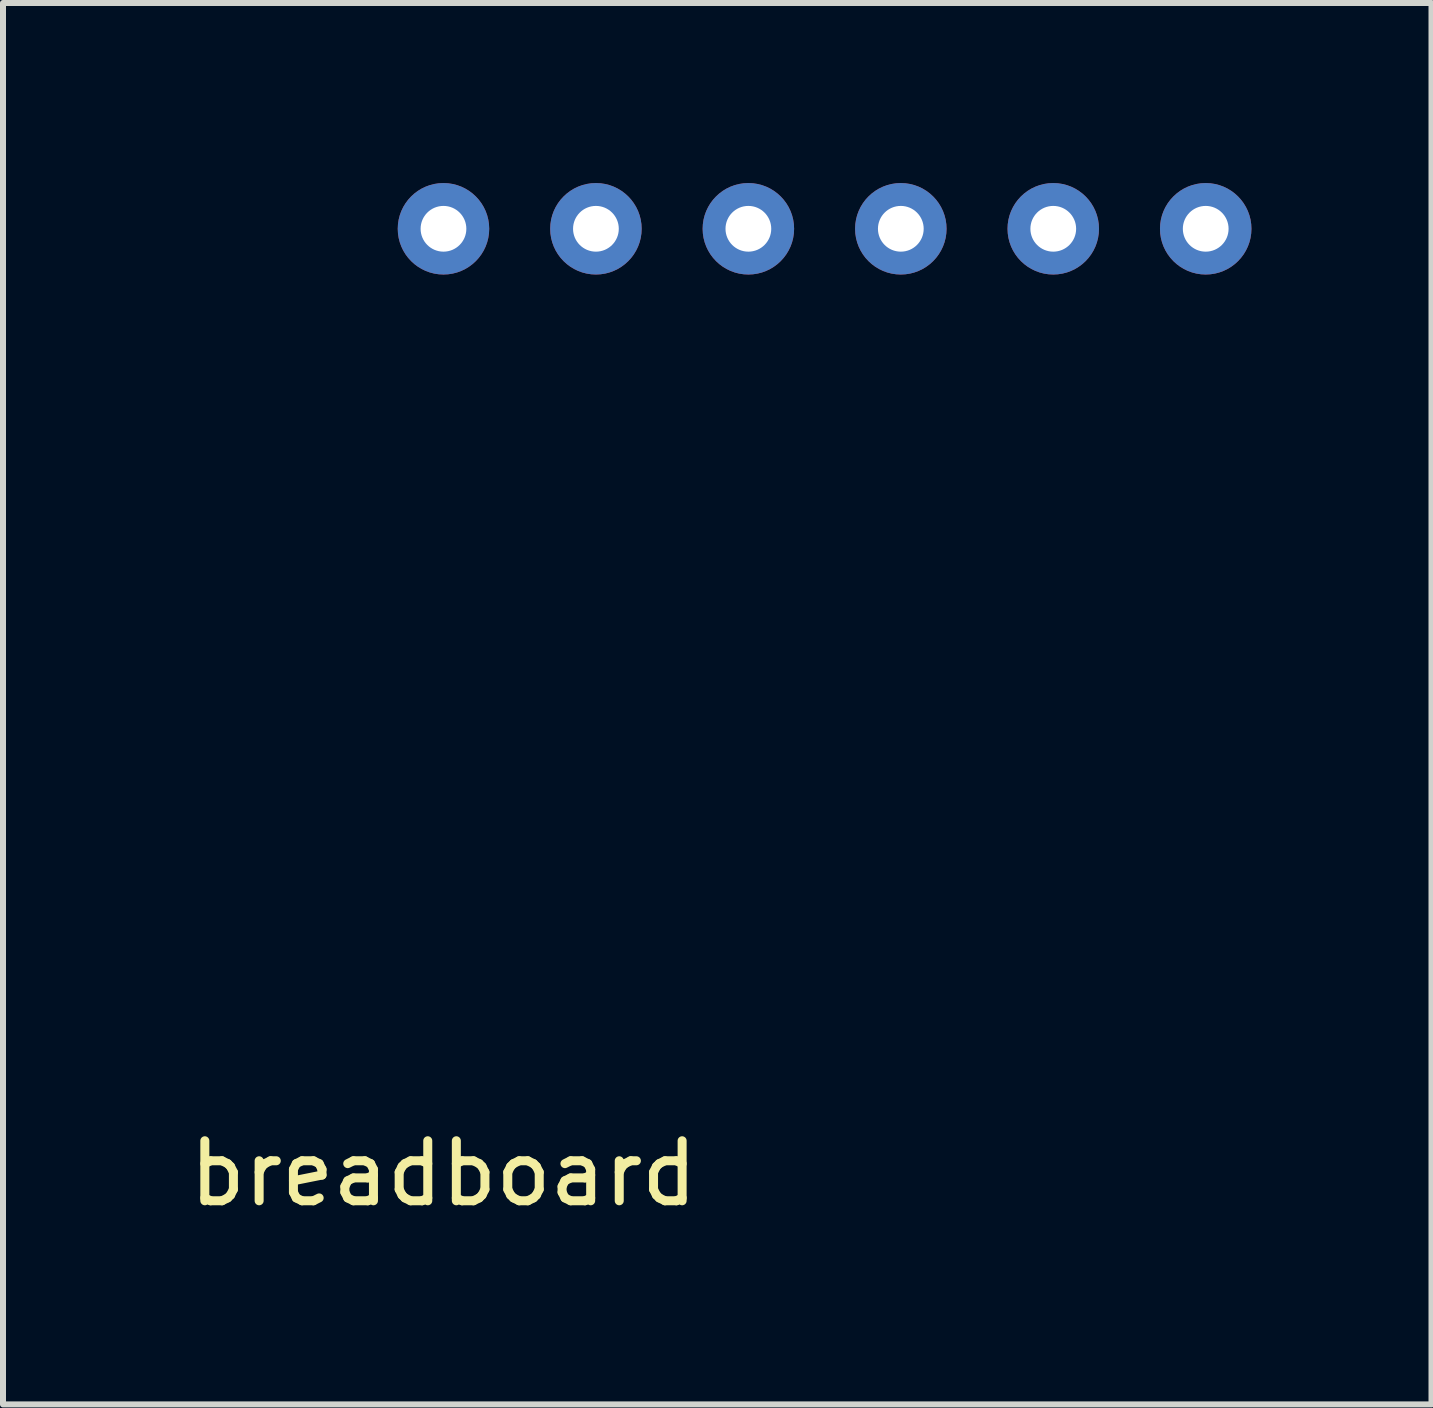
<source format=kicad_pcb>
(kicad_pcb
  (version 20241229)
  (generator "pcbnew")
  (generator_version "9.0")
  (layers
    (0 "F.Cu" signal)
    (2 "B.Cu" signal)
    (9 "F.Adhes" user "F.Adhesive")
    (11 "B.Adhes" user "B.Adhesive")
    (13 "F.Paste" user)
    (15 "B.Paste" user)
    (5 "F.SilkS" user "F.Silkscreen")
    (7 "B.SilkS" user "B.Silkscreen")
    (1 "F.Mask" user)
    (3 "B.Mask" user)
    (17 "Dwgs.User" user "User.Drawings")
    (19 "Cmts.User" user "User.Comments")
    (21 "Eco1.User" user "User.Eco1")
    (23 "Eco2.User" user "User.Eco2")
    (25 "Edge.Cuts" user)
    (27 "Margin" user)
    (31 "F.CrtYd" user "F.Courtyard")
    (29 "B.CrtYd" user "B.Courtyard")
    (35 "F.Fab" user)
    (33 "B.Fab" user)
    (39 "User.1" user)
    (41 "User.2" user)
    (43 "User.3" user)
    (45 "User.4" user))
  (footprint "breadboard"
    (layer "F.Cu")
    (at 4.339 16.002)
    (property "Reference" "breadboard" (at 0 0.5 0) (layer "F.SilkS") (effects (font (size 1 1) (thickness 0.15))))
    (attr through_hole)
    (pad "1" thru_hole circle (at 0 -15.24) (size 1.524 1.524) (drill 0.762) (layers "*.Cu" "*.Mask"))
    (pad "2" thru_hole circle (at 2.54 -15.24) (size 1.524 1.524) (drill 0.762) (layers "*.Cu" "*.Mask"))
    (pad "3" thru_hole circle (at 5.08 -15.24) (size 1.524 1.524) (drill 0.762) (layers "*.Cu" "*.Mask"))
    (pad "4" thru_hole circle (at 7.62 -15.24) (size 1.524 1.524) (drill 0.762) (layers "*.Cu" "*.Mask"))
    (pad "5" thru_hole circle (at 10.16 -15.24) (size 1.524 1.524) (drill 0.762) (layers "*.Cu" "*.Mask"))
    (pad "6" thru_hole circle (at 12.7 -15.24) (size 1.524 1.524) (drill 0.762) (layers "*.Cu" "*.Mask")))
  (gr_rect
    (start -3 -3)
    (end 20.801 20.35)
    (stroke (width 0.1) (type default))
    (fill no)
    (layer "Edge.Cuts")))
</source>
